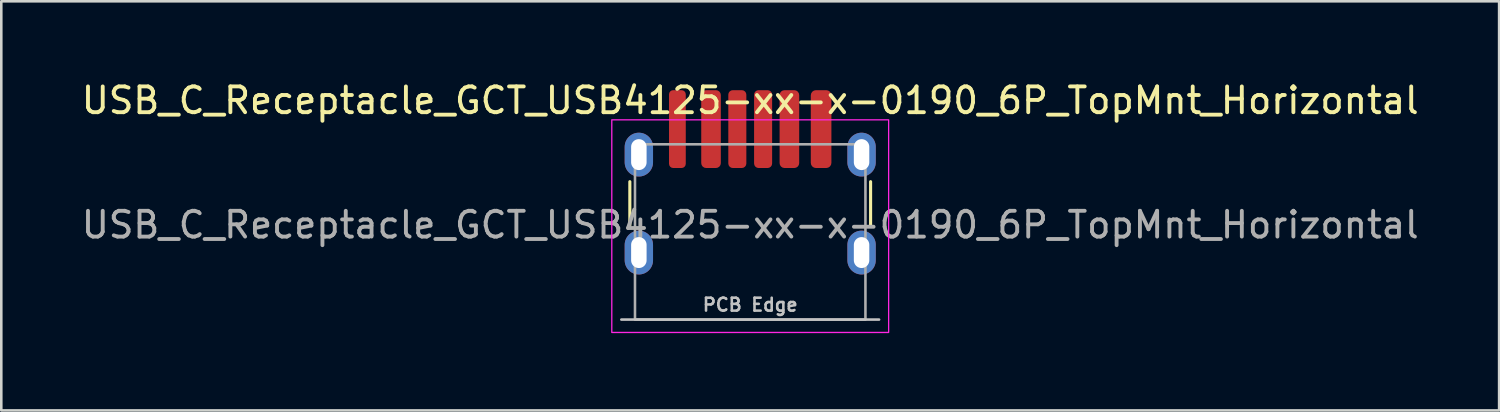
<source format=kicad_pcb>
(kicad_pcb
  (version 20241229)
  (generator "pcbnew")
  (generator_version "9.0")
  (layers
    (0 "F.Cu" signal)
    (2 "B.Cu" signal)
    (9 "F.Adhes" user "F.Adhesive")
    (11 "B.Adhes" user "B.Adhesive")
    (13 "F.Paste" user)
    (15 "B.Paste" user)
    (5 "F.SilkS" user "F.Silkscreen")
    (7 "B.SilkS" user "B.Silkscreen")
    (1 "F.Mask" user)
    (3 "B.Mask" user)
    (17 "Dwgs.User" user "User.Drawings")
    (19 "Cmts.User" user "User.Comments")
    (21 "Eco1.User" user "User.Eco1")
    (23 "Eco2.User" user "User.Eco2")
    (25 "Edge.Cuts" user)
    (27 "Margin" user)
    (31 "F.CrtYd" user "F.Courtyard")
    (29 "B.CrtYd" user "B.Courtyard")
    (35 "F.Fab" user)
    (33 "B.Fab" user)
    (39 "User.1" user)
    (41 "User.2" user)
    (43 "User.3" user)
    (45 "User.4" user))
  (footprint "USB_C_Receptacle_GCT_USB4125-xx-x-0190_6P_TopMnt_Horizontal"
    (layer "F.Cu")
    (at 26.054 5.948)
    (property "Reference" "USB_C_Receptacle_GCT_USB4125-xx-x-0190_6P_TopMnt_Horizontal" (at 0 -5.1 0) (unlocked yes) (layer "F.SilkS") (effects (font (size 1 1) (thickness 0.15))))
    (attr smd)
    (fp_line (start -4.67 -0.25) (end -4.67 -1.95) (stroke (width 0.12) (type solid)) (layer "F.SilkS"))
    (fp_line (start 4.67 -0.25) (end 4.67 -1.95) (stroke (width 0.12) (type solid)) (layer "F.SilkS"))
    (fp_line (start 5 3.4) (end -5 3.4) (stroke (width 0.1) (type solid)) (layer "Dwgs.User"))
    (fp_rect (start -5.37 -4.35) (end 5.37 3.9) (stroke (width 0.05) (type solid)) (fill no) (layer "F.CrtYd"))
    (fp_rect (start -4.47 -3.4) (end 4.47 3.4) (stroke (width 0.1) (type solid)) (fill no) (layer "F.Fab"))
    (fp_text user "PCB Edge" (at 0 2.825 0) (unlocked yes) (layer "Dwgs.User") (effects (font (size 0.5 0.5) (thickness 0.1))))
    (fp_text user "${REFERENCE}" (at 0 -0.275 0) (unlocked yes) (layer "F.Fab") (effects (font (size 1 1) (thickness 0.15))))
    (pad "A5" smd roundrect (at -0.5 -3.99) (size 0.7 3.02) (layers "F.Cu" "F.Mask" "F.Paste") (roundrect_rratio 0.25))
    (pad "A9" smd roundrect (at 1.52 -3.99 180) (size 0.76 3.02) (layers "F.Cu" "F.Mask" "F.Paste") (roundrect_rratio 0.25))
    (pad "A12" smd roundrect (at 2.75 -3.99 180) (size 0.8 3.02) (layers "F.Cu" "F.Mask" "F.Paste") (roundrect_rratio 0.25))
    (pad "B5" smd roundrect (at 0.5 -3.99 180) (size 0.7 3.02) (layers "F.Cu" "F.Mask" "F.Paste") (roundrect_rratio 0.25))
    (pad "B9" smd roundrect (at -1.52 -3.99) (size 0.76 3.02) (layers "F.Cu" "F.Mask" "F.Paste") (roundrect_rratio 0.25))
    (pad "B12" smd roundrect (at -2.825 -3.99) (size 0.65 3.02) (layers "F.Cu" "F.Mask" "F.Paste") (roundrect_rratio 0.25))
    (pad "S1" thru_hole oval (at -4.32 -3) (size 1.1 1.7) (drill oval 0.6 1.2) (layers "*.Cu" "*.Mask" "F.Paste"))
    (pad "S1" thru_hole oval (at -4.32 0.8) (size 1.1 1.7) (drill oval 0.6 1.2) (layers "*.Cu" "*.Mask" "F.Paste"))
    (pad "S1" thru_hole oval (at 4.32 -3) (size 1.1 1.7) (drill oval 0.6 1.2) (layers "*.Cu" "*.Mask" "F.Paste"))
    (pad "S1" thru_hole oval (at 4.32 0.8) (size 1.1 1.7) (drill oval 0.6 1.2) (layers "*.Cu" "*.Mask" "F.Paste")))
  (gr_rect
    (start -3 -3)
    (end 55.107 12.873)
    (stroke (width 0.1) (type default))
    (fill no)
    (layer "Edge.Cuts")))
</source>
